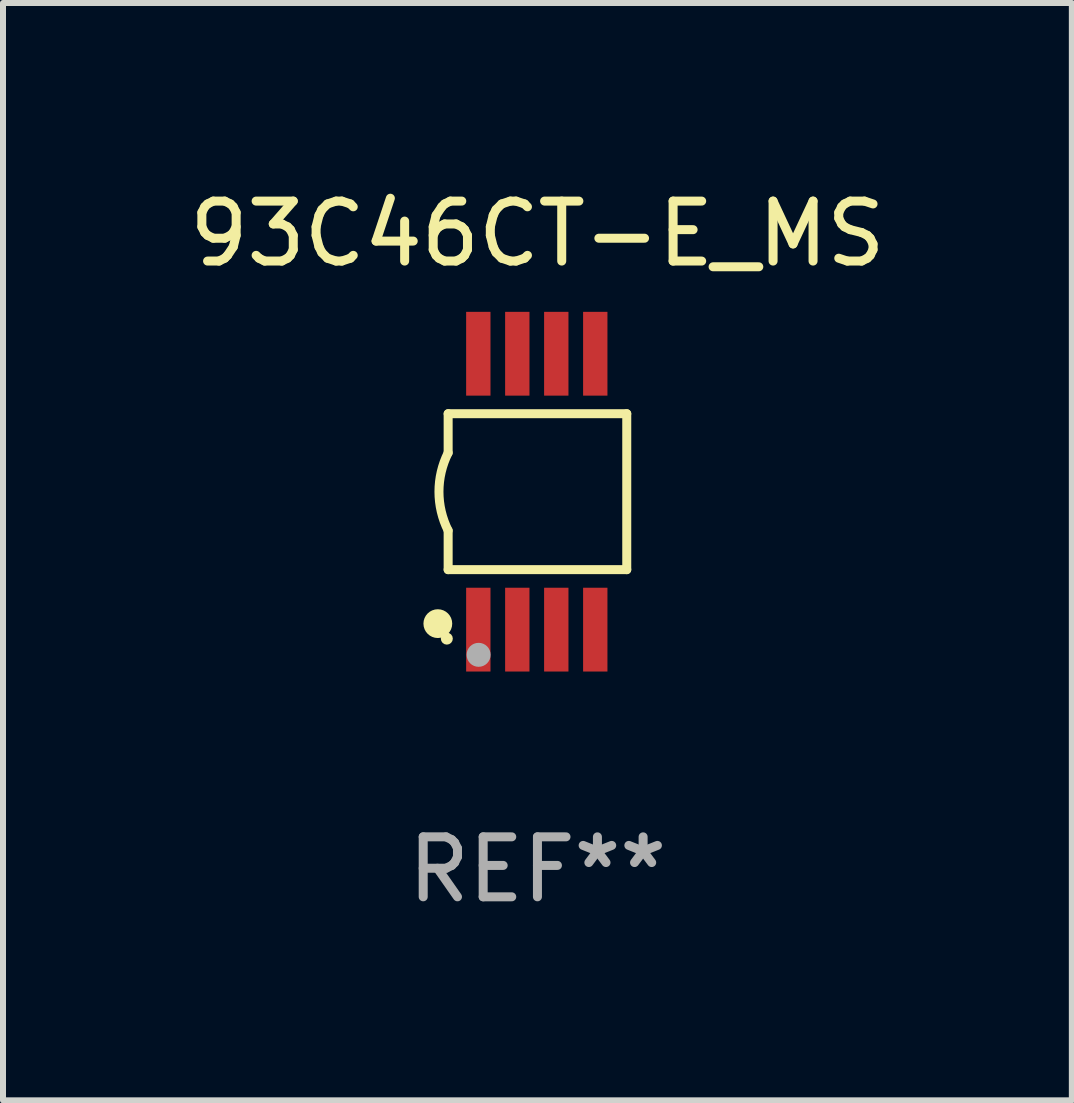
<source format=kicad_pcb>
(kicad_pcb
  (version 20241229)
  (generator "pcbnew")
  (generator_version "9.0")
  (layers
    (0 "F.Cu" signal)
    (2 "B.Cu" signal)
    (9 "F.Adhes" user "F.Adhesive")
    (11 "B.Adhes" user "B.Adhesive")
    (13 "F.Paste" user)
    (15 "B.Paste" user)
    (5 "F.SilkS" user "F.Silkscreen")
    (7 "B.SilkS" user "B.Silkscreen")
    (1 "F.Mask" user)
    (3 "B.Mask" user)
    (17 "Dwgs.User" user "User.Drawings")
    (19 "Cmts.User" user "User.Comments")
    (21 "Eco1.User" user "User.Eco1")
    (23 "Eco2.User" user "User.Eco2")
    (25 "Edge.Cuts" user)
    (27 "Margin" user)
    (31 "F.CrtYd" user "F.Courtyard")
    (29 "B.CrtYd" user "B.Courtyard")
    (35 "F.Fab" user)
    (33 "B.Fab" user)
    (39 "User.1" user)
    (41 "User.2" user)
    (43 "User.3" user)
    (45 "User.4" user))
  (footprint "93C46CT-E_MS"
    (layer "F.Cu")
    (at 5.911 5.148)
    (property "Reference" "93C46CT-E_MS" (at 0 -4.3 0) (layer "F.SilkS") (effects (font (size 1 1) (thickness 0.15))))
    (attr through_hole)
    (fp_line (start -1.489 -1.3) (end -1.489 -0.648) (stroke (width 0.15) (type solid)) (layer "F.SilkS"))
    (fp_line (start -1.489 0.648) (end -1.489 1.3) (stroke (width 0.15) (type solid)) (layer "F.SilkS"))
    (fp_line (start -1.489 1.3) (end 1.489 1.3) (stroke (width 0.15) (type solid)) (layer "F.SilkS"))
    (fp_line (start 1.489 -1.3) (end -1.489 -1.3) (stroke (width 0.15) (type solid)) (layer "F.SilkS"))
    (fp_line (start 1.489 1.3) (end 1.489 -1.3) (stroke (width 0.15) (type solid)) (layer "F.SilkS"))
    (fp_arc (start -1.489205 0.647702) (mid -1.642107 0) (end -1.489205 -0.647701) (stroke (width 0.150013) (type solid)) (layer "F.SilkS"))
    (fp_circle (center -1.661 2.2) (end -1.541 2.2) (stroke (width 0.24) (type solid)) (fill no) (layer "F.SilkS"))
    (fp_circle (center -1.511 2.45) (end -1.461 2.45) (stroke (width 0.1) (type solid)) (fill no) (layer "F.SilkS"))
    (fp_circle (center -0.981 2.72) (end -0.881 2.72) (stroke (width 0.2) (type solid)) (fill no) (layer "F.Fab"))
    (fp_text user "REF**" (at 0 6.3 0) (layer "F.Fab") (effects (font (size 1 1) (thickness 0.15))))
    (pad "1" smd rect (at -0.986 2.3) (size 0.406 1.397) (layers "F.Cu" "F.Mask" "F.Paste"))
    (pad "2" smd rect (at -0.336 2.3) (size 0.406 1.397) (layers "F.Cu" "F.Mask" "F.Paste"))
    (pad "3" smd rect (at 0.314 2.3) (size 0.406 1.397) (layers "F.Cu" "F.Mask" "F.Paste"))
    (pad "4" smd rect (at 0.964 2.3) (size 0.406 1.397) (layers "F.Cu" "F.Mask" "F.Paste"))
    (pad "5" smd rect (at 0.964 -2.3) (size 0.406 1.397) (layers "F.Cu" "F.Mask" "F.Paste"))
    (pad "6" smd rect (at 0.314 -2.3) (size 0.406 1.397) (layers "F.Cu" "F.Mask" "F.Paste"))
    (pad "7" smd rect (at -0.336 -2.3) (size 0.406 1.397) (layers "F.Cu" "F.Mask" "F.Paste"))
    (pad "8" smd rect (at -0.986 -2.3) (size 0.406 1.397) (layers "F.Cu" "F.Mask" "F.Paste")))
  (gr_rect
    (start -3 -3)
    (end 14.821 15.296)
    (stroke (width 0.1) (type default))
    (fill no)
    (layer "Edge.Cuts")))
</source>
